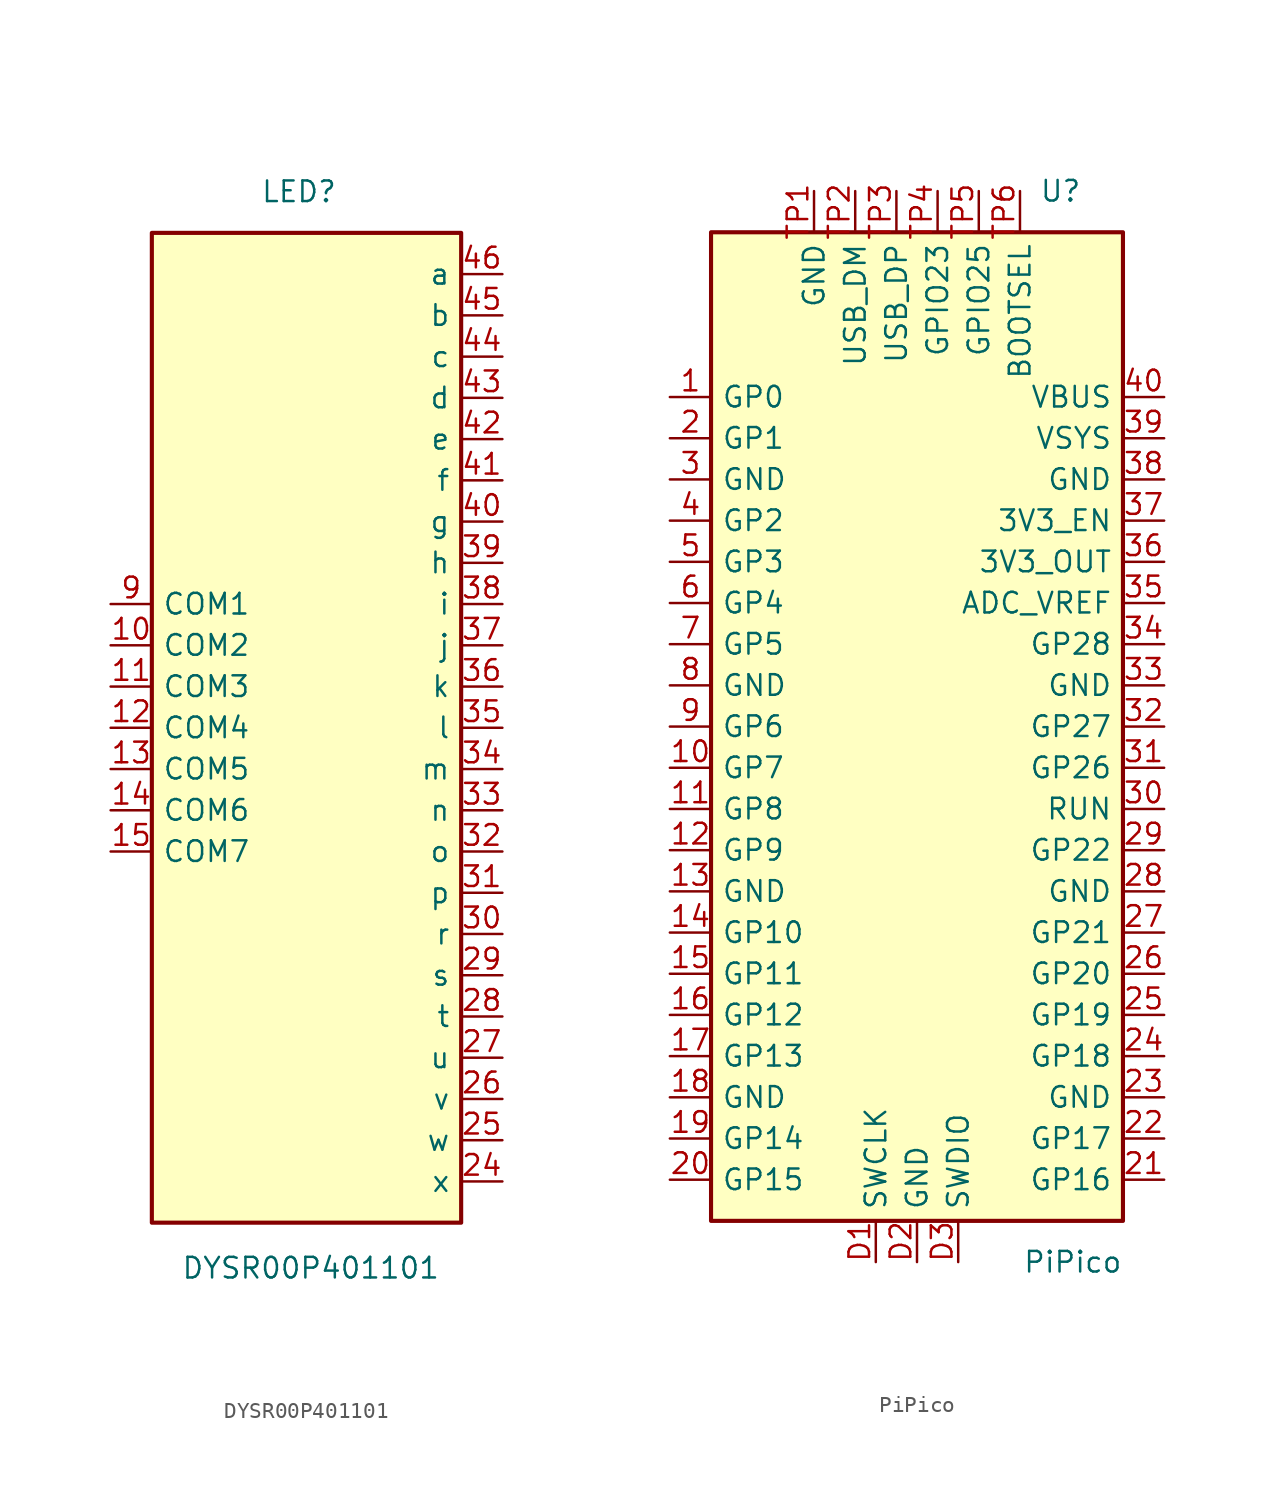
<source format=kicad_sym>
(kicad_symbol_lib
  (version 20220914)
  (generator kicad_symbol_editor)
  (symbol "DYSR00P401101"
    (pin_names
      (offset 0.635))
    (property "Reference" "LED"
      (at 2.54 33.02 0)
      (effects (font (size 1.27 1.27)) (justify right)))
    (property "Value" "DYSR00P401101"
      (at 8.89 -33.274 0)
      (effects (font (size 1.27 1.27)) (justify right)))
    (symbol "DYSR00P401101_0_1"
      (rectangle (start -8.89 30.48) (end 10.16 -30.48) (stroke (width 0.254) (type default)) (fill (type background))))
    (symbol "DYSR00P401101_1_0"
      (pin input line (at -11.43 5.08 0) (length 2.54) (name "COM2" (effects (font (size 1.27 1.27)))) (number "10" (effects (font (size 1.27 1.27)))))
      (pin input line (at -11.43 2.54 0) (length 2.54) (name "COM3" (effects (font (size 1.27 1.27)))) (number "11" (effects (font (size 1.27 1.27)))))
      (pin input line (at -11.43 0 0) (length 2.54) (name "COM4" (effects (font (size 1.27 1.27)))) (number "12" (effects (font (size 1.27 1.27)))))
      (pin input line (at -11.43 -2.54 0) (length 2.54) (name "COM5" (effects (font (size 1.27 1.27)))) (number "13" (effects (font (size 1.27 1.27)))))
      (pin input line (at -11.43 -5.08 0) (length 2.54) (name "COM6" (effects (font (size 1.27 1.27)))) (number "14" (effects (font (size 1.27 1.27)))))
      (pin input line (at -11.43 -7.62 0) (length 2.54) (name "COM7" (effects (font (size 1.27 1.27)))) (number "15" (effects (font (size 1.27 1.27)))))
      (pin input line (at 12.7 -27.94 180) (length 2.54) (name "x" (effects (font (size 1.27 1.27)))) (number "24" (effects (font (size 1.27 1.27)))))
      (pin input line (at 12.7 -25.4 180) (length 2.54) (name "w" (effects (font (size 1.27 1.27)))) (number "25" (effects (font (size 1.27 1.27)))))
      (pin input line (at 12.7 -22.86 180) (length 2.54) (name "v" (effects (font (size 1.27 1.27)))) (number "26" (effects (font (size 1.27 1.27)))))
      (pin input line (at 12.7 -20.32 180) (length 2.54) (name "u" (effects (font (size 1.27 1.27)))) (number "27" (effects (font (size 1.27 1.27)))))
      (pin input line (at 12.7 -17.78 180) (length 2.54) (name "t" (effects (font (size 1.27 1.27)))) (number "28" (effects (font (size 1.27 1.27)))))
      (pin input line (at 12.7 -15.24 180) (length 2.54) (name "s" (effects (font (size 1.27 1.27)))) (number "29" (effects (font (size 1.27 1.27)))))
      (pin input line (at 12.7 -12.7 180) (length 2.54) (name "r" (effects (font (size 1.27 1.27)))) (number "30" (effects (font (size 1.27 1.27)))))
      (pin input line (at 12.7 -10.16 180) (length 2.54) (name "p" (effects (font (size 1.27 1.27)))) (number "31" (effects (font (size 1.27 1.27)))))
      (pin input line (at 12.7 -7.62 180) (length 2.54) (name "o" (effects (font (size 1.27 1.27)))) (number "32" (effects (font (size 1.27 1.27)))))
      (pin input line (at 12.7 -5.08 180) (length 2.54) (name "n" (effects (font (size 1.27 1.27)))) (number "33" (effects (font (size 1.27 1.27)))))
      (pin input line (at 12.7 -2.54 180) (length 2.54) (name "m" (effects (font (size 1.27 1.27)))) (number "34" (effects (font (size 1.27 1.27)))))
      (pin input line (at 12.7 0 180) (length 2.54) (name "l" (effects (font (size 1.27 1.27)))) (number "35" (effects (font (size 1.27 1.27)))))
      (pin input line (at 12.7 2.54 180) (length 2.54) (name "k" (effects (font (size 1.27 1.27)))) (number "36" (effects (font (size 1.27 1.27)))))
      (pin input line (at 12.7 5.08 180) (length 2.54) (name "j" (effects (font (size 1.27 1.27)))) (number "37" (effects (font (size 1.27 1.27)))))
      (pin input line (at 12.7 7.62 180) (length 2.54) (name "i" (effects (font (size 1.27 1.27)))) (number "38" (effects (font (size 1.27 1.27)))))
      (pin input line (at 12.7 10.16 180) (length 2.54) (name "h" (effects (font (size 1.27 1.27)))) (number "39" (effects (font (size 1.27 1.27)))))
      (pin input line (at 12.7 12.7 180) (length 2.54) (name "g" (effects (font (size 1.27 1.27)))) (number "40" (effects (font (size 1.27 1.27)))))
      (pin input line (at 12.7 15.24 180) (length 2.54) (name "f" (effects (font (size 1.27 1.27)))) (number "41" (effects (font (size 1.27 1.27)))))
      (pin input line (at 12.7 17.78 180) (length 2.54) (name "e" (effects (font (size 1.27 1.27)))) (number "42" (effects (font (size 1.27 1.27)))))
      (pin input line (at 12.7 20.32 180) (length 2.54) (name "d" (effects (font (size 1.27 1.27)))) (number "43" (effects (font (size 1.27 1.27)))))
      (pin input line (at 12.7 22.86 180) (length 2.54) (name "c" (effects (font (size 1.27 1.27)))) (number "44" (effects (font (size 1.27 1.27)))))
      (pin input line (at 12.7 25.4 180) (length 2.54) (name "b" (effects (font (size 1.27 1.27)))) (number "45" (effects (font (size 1.27 1.27)))))
      (pin input line (at 12.7 27.94 180) (length 2.54) (name "a" (effects (font (size 1.27 1.27)))) (number "46" (effects (font (size 1.27 1.27)))))
      (pin input line (at -11.43 7.62 0) (length 2.54) (name "COM1" (effects (font (size 1.27 1.27)))) (number "9" (effects (font (size 1.27 1.27)))))))
  (symbol "PiPico"
    (pin_names
      (offset 0.635))
    (property "Reference" "U"
      (at 10.16 33.02 0)
      (effects (font (size 1.27 1.27)) (justify right)))
    (property "Value" "PiPico"
      (at 12.7 -33.02 0)
      (effects (font (size 1.27 1.27)) (justify right)))
    (symbol "PiPico_0_0"
      (pin bidirectional line (at -15.24 20.32 0) (length 2.54) (name "GP0" (effects (font (size 1.27 1.27)))) (number "1" (effects (font (size 1.27 1.27)))))
      (pin bidirectional line (at -15.24 -2.54 0) (length 2.54) (name "GP7" (effects (font (size 1.27 1.27)))) (number "10" (effects (font (size 1.27 1.27)))))
      (pin bidirectional line (at -15.24 -5.08 0) (length 2.54) (name "GP8" (effects (font (size 1.27 1.27)))) (number "11" (effects (font (size 1.27 1.27)))))
      (pin bidirectional line (at -15.24 -7.62 0) (length 2.54) (name "GP9" (effects (font (size 1.27 1.27)))) (number "12" (effects (font (size 1.27 1.27)))))
      (pin bidirectional line (at -15.24 -10.16 0) (length 2.54) (name "GND" (effects (font (size 1.27 1.27)))) (number "13" (effects (font (size 1.27 1.27)))))
      (pin bidirectional line (at -15.24 -12.7 0) (length 2.54) (name "GP10" (effects (font (size 1.27 1.27)))) (number "14" (effects (font (size 1.27 1.27)))))
      (pin bidirectional line (at -15.24 -15.24 0) (length 2.54) (name "GP11" (effects (font (size 1.27 1.27)))) (number "15" (effects (font (size 1.27 1.27)))))
      (pin bidirectional line (at -15.24 -17.78 0) (length 2.54) (name "GP12" (effects (font (size 1.27 1.27)))) (number "16" (effects (font (size 1.27 1.27)))))
      (pin bidirectional line (at -15.24 -20.32 0) (length 2.54) (name "GP13" (effects (font (size 1.27 1.27)))) (number "17" (effects (font (size 1.27 1.27)))))
      (pin bidirectional line (at -15.24 -22.86 0) (length 2.54) (name "GND" (effects (font (size 1.27 1.27)))) (number "18" (effects (font (size 1.27 1.27)))))
      (pin bidirectional line (at -15.24 -25.4 0) (length 2.54) (name "GP14" (effects (font (size 1.27 1.27)))) (number "19" (effects (font (size 1.27 1.27)))))
      (pin bidirectional line (at -15.24 17.78 0) (length 2.54) (name "GP1" (effects (font (size 1.27 1.27)))) (number "2" (effects (font (size 1.27 1.27)))))
      (pin bidirectional line (at -15.24 -27.94 0) (length 2.54) (name "GP15" (effects (font (size 1.27 1.27)))) (number "20" (effects (font (size 1.27 1.27)))))
      (pin bidirectional line (at 15.24 -27.94 180) (length 2.54) (name "GP16" (effects (font (size 1.27 1.27)))) (number "21" (effects (font (size 1.27 1.27)))))
      (pin bidirectional line (at 15.24 -25.4 180) (length 2.54) (name "GP17" (effects (font (size 1.27 1.27)))) (number "22" (effects (font (size 1.27 1.27)))))
      (pin bidirectional line (at 15.24 -22.86 180) (length 2.54) (name "GND" (effects (font (size 1.27 1.27)))) (number "23" (effects (font (size 1.27 1.27)))))
      (pin bidirectional line (at 15.24 -20.32 180) (length 2.54) (name "GP18" (effects (font (size 1.27 1.27)))) (number "24" (effects (font (size 1.27 1.27)))))
      (pin bidirectional line (at 15.24 -17.78 180) (length 2.54) (name "GP19" (effects (font (size 1.27 1.27)))) (number "25" (effects (font (size 1.27 1.27)))))
      (pin bidirectional line (at 15.24 -15.24 180) (length 2.54) (name "GP20" (effects (font (size 1.27 1.27)))) (number "26" (effects (font (size 1.27 1.27)))))
      (pin bidirectional line (at 15.24 -12.7 180) (length 2.54) (name "GP21" (effects (font (size 1.27 1.27)))) (number "27" (effects (font (size 1.27 1.27)))))
      (pin bidirectional line (at 15.24 -10.16 180) (length 2.54) (name "GND" (effects (font (size 1.27 1.27)))) (number "28" (effects (font (size 1.27 1.27)))))
      (pin bidirectional line (at 15.24 -7.62 180) (length 2.54) (name "GP22" (effects (font (size 1.27 1.27)))) (number "29" (effects (font (size 1.27 1.27)))))
      (pin bidirectional line (at -15.24 15.24 0) (length 2.54) (name "GND" (effects (font (size 1.27 1.27)))) (number "3" (effects (font (size 1.27 1.27)))))
      (pin bidirectional line (at 15.24 -5.08 180) (length 2.54) (name "RUN" (effects (font (size 1.27 1.27)))) (number "30" (effects (font (size 1.27 1.27)))))
      (pin bidirectional line (at 15.24 -2.54 180) (length 2.54) (name "GP26" (effects (font (size 1.27 1.27)))) (number "31" (effects (font (size 1.27 1.27)))))
      (pin bidirectional line (at 15.24 0 180) (length 2.54) (name "GP27" (effects (font (size 1.27 1.27)))) (number "32" (effects (font (size 1.27 1.27)))))
      (pin bidirectional line (at 15.24 2.54 180) (length 2.54) (name "GND" (effects (font (size 1.27 1.27)))) (number "33" (effects (font (size 1.27 1.27)))))
      (pin bidirectional line (at 15.24 5.08 180) (length 2.54) (name "GP28" (effects (font (size 1.27 1.27)))) (number "34" (effects (font (size 1.27 1.27)))))
      (pin bidirectional line (at 15.24 7.62 180) (length 2.54) (name "ADC_VREF" (effects (font (size 1.27 1.27)))) (number "35" (effects (font (size 1.27 1.27)))))
      (pin bidirectional line (at 15.24 10.16 180) (length 2.54) (name "3V3_OUT" (effects (font (size 1.27 1.27)))) (number "36" (effects (font (size 1.27 1.27)))))
      (pin bidirectional line (at 15.24 12.7 180) (length 2.54) (name "3V3_EN" (effects (font (size 1.27 1.27)))) (number "37" (effects (font (size 1.27 1.27)))))
      (pin bidirectional line (at 15.24 15.24 180) (length 2.54) (name "GND" (effects (font (size 1.27 1.27)))) (number "38" (effects (font (size 1.27 1.27)))))
      (pin bidirectional line (at 15.24 17.78 180) (length 2.54) (name "VSYS" (effects (font (size 1.27 1.27)))) (number "39" (effects (font (size 1.27 1.27)))))
      (pin bidirectional line (at -15.24 12.7 0) (length 2.54) (name "GP2" (effects (font (size 1.27 1.27)))) (number "4" (effects (font (size 1.27 1.27)))))
      (pin bidirectional line (at 15.24 20.32 180) (length 2.54) (name "VBUS" (effects (font (size 1.27 1.27)))) (number "40" (effects (font (size 1.27 1.27)))))
      (pin bidirectional line (at -15.24 10.16 0) (length 2.54) (name "GP3" (effects (font (size 1.27 1.27)))) (number "5" (effects (font (size 1.27 1.27)))))
      (pin bidirectional line (at -15.24 7.62 0) (length 2.54) (name "GP4" (effects (font (size 1.27 1.27)))) (number "6" (effects (font (size 1.27 1.27)))))
      (pin bidirectional line (at -15.24 5.08 0) (length 2.54) (name "GP5" (effects (font (size 1.27 1.27)))) (number "7" (effects (font (size 1.27 1.27)))))
      (pin bidirectional line (at -15.24 2.54 0) (length 2.54) (name "GND" (effects (font (size 1.27 1.27)))) (number "8" (effects (font (size 1.27 1.27)))))
      (pin bidirectional line (at -15.24 0 0) (length 2.54) (name "GP6" (effects (font (size 1.27 1.27)))) (number "9" (effects (font (size 1.27 1.27)))))
      (pin bidirectional line (at -2.54 -33.02 90) (length 2.54) (name "SWCLK" (effects (font (size 1.27 1.27)))) (number "D1" (effects (font (size 1.27 1.27)))))
      (pin bidirectional line (at 0 -33.02 90) (length 2.54) (name "GND" (effects (font (size 1.27 1.27)))) (number "D2" (effects (font (size 1.27 1.27)))))
      (pin bidirectional line (at 2.54 -33.02 90) (length 2.54) (name "SWDIO" (effects (font (size 1.27 1.27)))) (number "D3" (effects (font (size 1.27 1.27)))))
      (pin bidirectional line (at -6.35 33.02 270) (length 2.54) (name "GND" (effects (font (size 1.27 1.27)))) (number "TP1" (effects (font (size 1.27 1.27)))))
      (pin bidirectional line (at -3.81 33.02 270) (length 2.54) (name "USB_DM" (effects (font (size 1.27 1.27)))) (number "TP2" (effects (font (size 1.27 1.27)))))
      (pin bidirectional line (at -1.27 33.02 270) (length 2.54) (name "USB_DP" (effects (font (size 1.27 1.27)))) (number "TP3" (effects (font (size 1.27 1.27)))))
      (pin bidirectional line (at 1.27 33.02 270) (length 2.54) (name "GPIO23" (effects (font (size 1.27 1.27)))) (number "TP4" (effects (font (size 1.27 1.27)))))
      (pin bidirectional line (at 3.81 33.02 270) (length 2.54) (name "GPIO25" (effects (font (size 1.27 1.27)))) (number "TP5" (effects (font (size 1.27 1.27)))))
      (pin bidirectional line (at 6.35 33.02 270) (length 2.54) (name "BOOTSEL" (effects (font (size 1.27 1.27)))) (number "TP6" (effects (font (size 1.27 1.27))))))
    (symbol "PiPico_0_1"
      (rectangle (start -12.7 30.48) (end 12.7 -30.48) (stroke (width 0.254) (type default)) (fill (type background))))))
</source>
